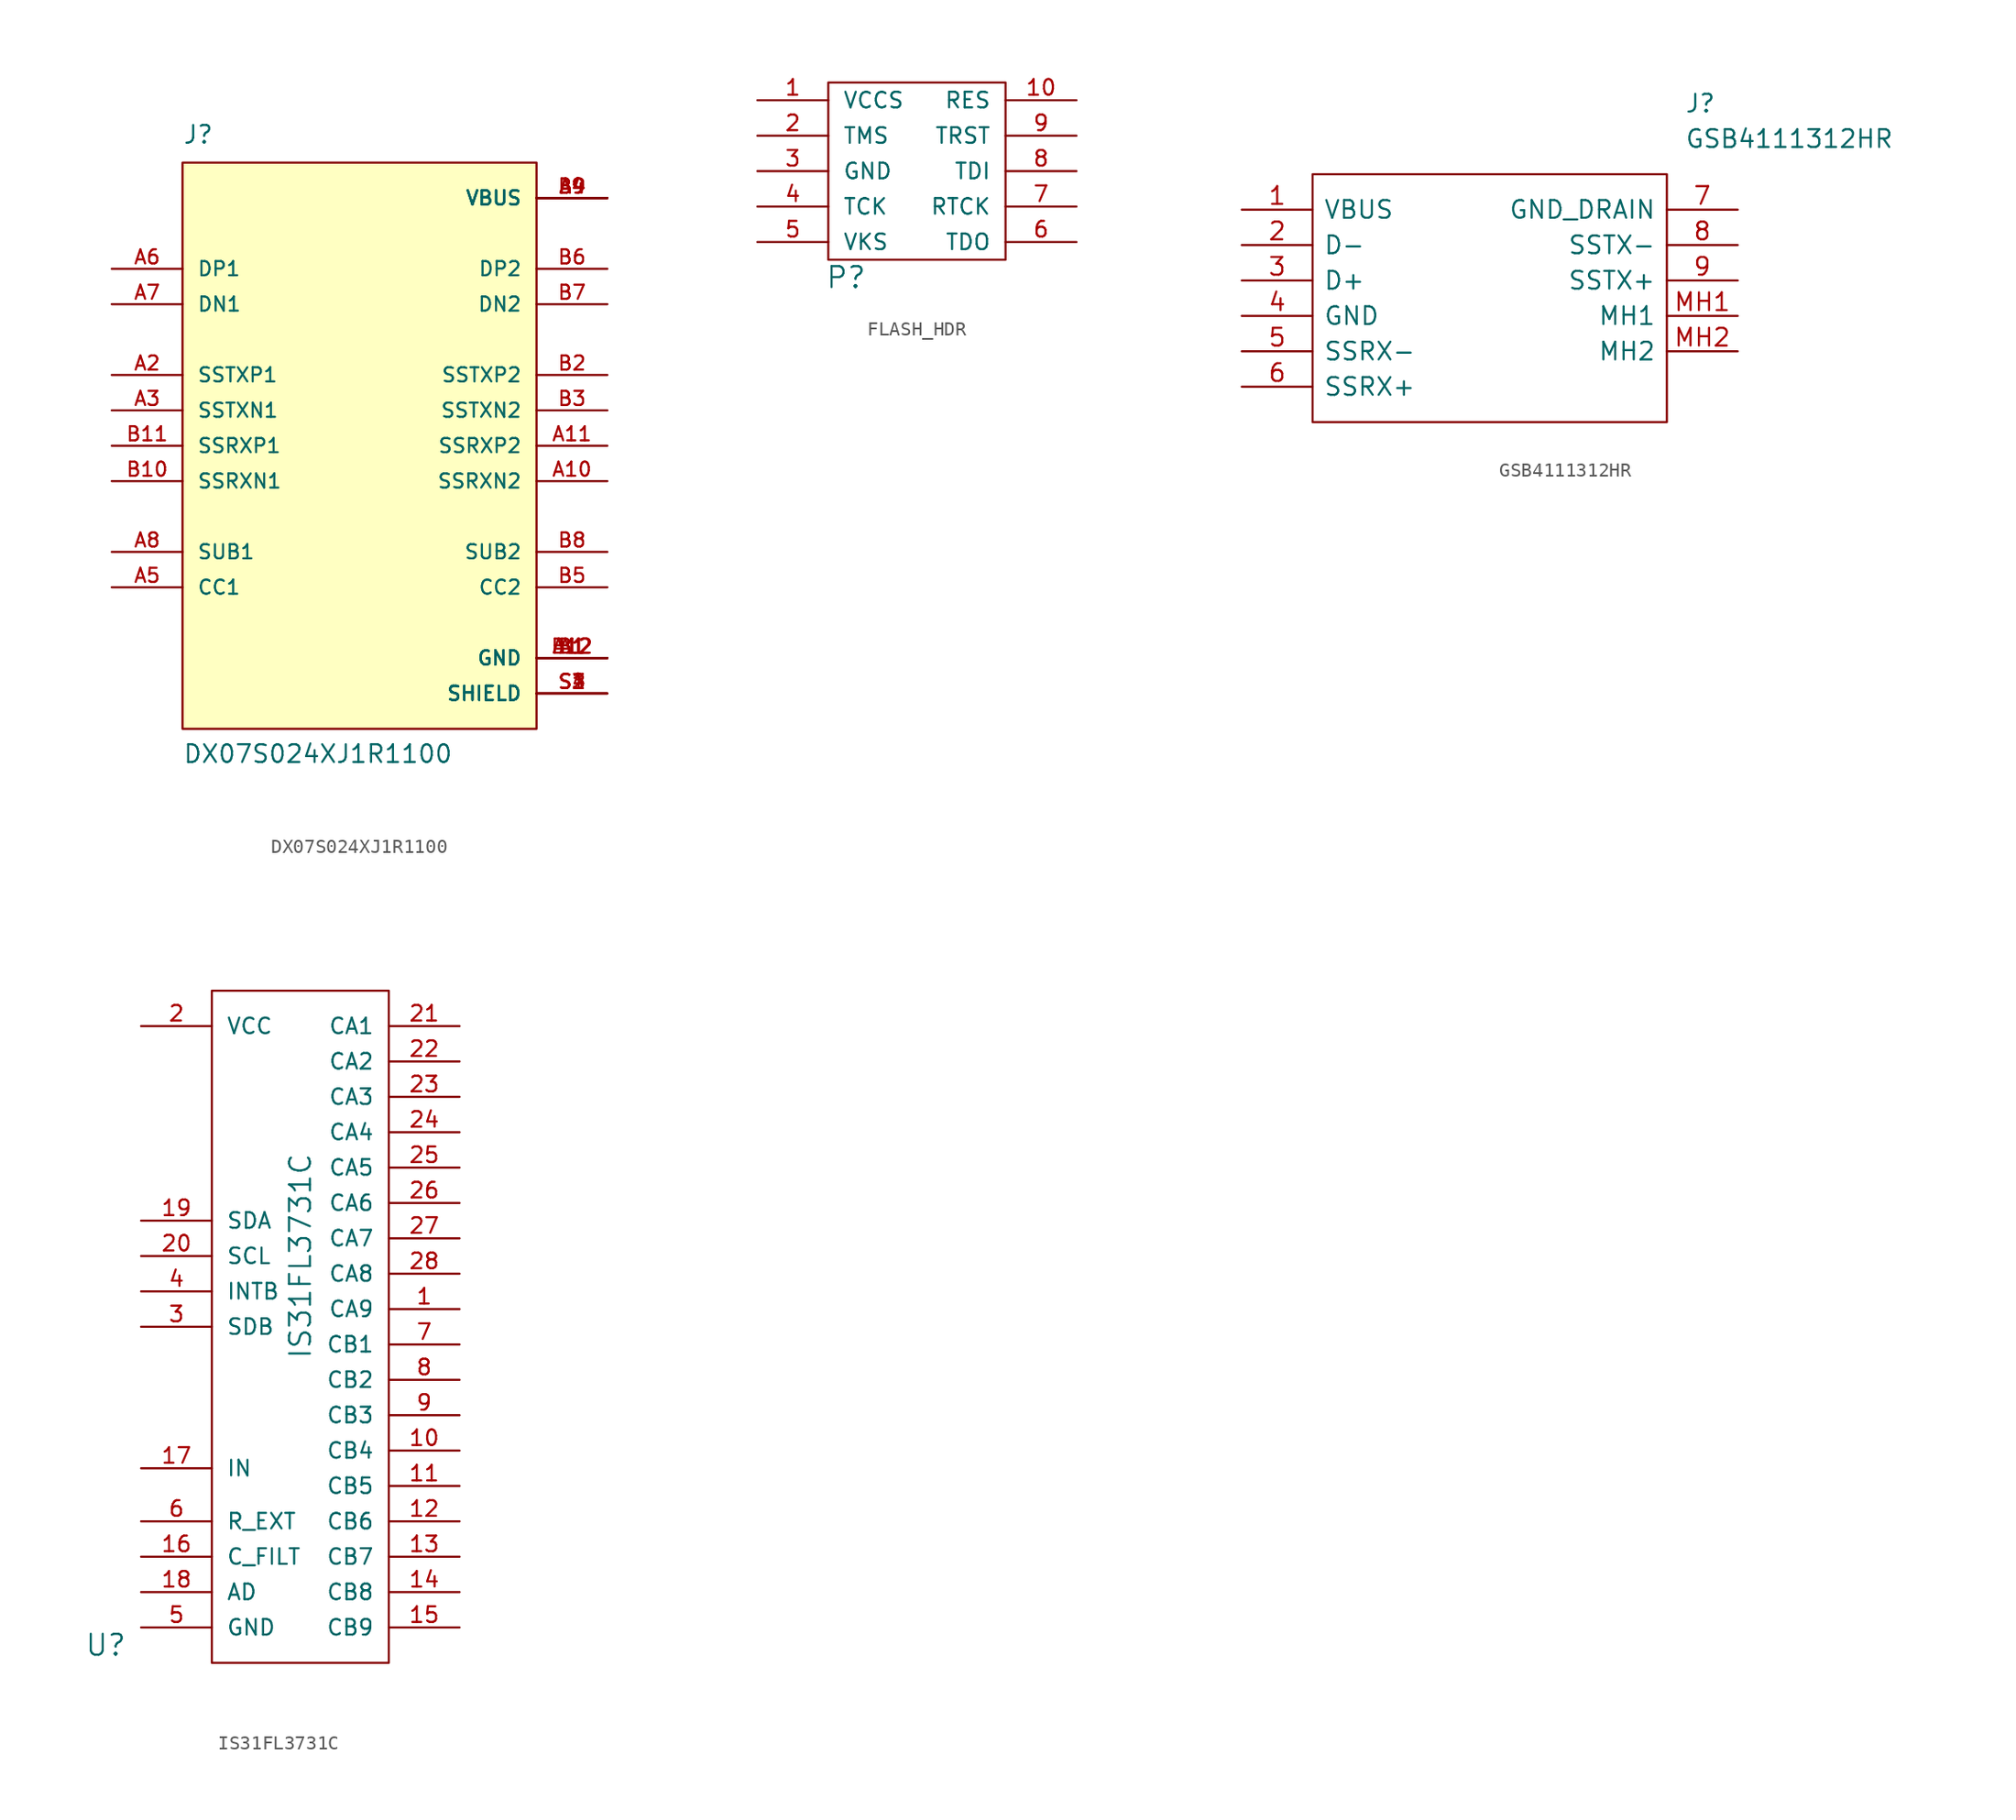
<source format=kicad_sym>
(kicad_symbol_lib
  (version 20201005)
  (generator kicad_symbol_editor)
  (symbol "DX07S024XJ1R1100"
    (pin_names
      (offset 1.016))
    (property "Reference" "J"
      (at -12.7 21.59 0)
      (effects (font (size 1.27 1.27)) (justify left bottom)))
    (property "Value" "DX07S024XJ1R1100"
      (at -12.7 -22.86 0)
      (effects (font (size 1.27 1.27)) (justify left bottom)))
    (property "ki_locked" ""
      (at 0 0 0)
      (effects (font (size 1.27 1.27))))
    (symbol "DX07S024XJ1R1100_0_0"
      (rectangle (start -12.7 -20.32) (end 12.7 20.32) (stroke (width 0.152)) (fill (type background)))
      (pin power_in line (at 17.78 -15.24 180) (length 5.08) (name "GND" (effects (font (size 1.016 1.016)))) (number "A1" (effects (font (size 1.016 1.016)))))
      (pin bidirectional line (at 17.78 -2.54 180) (length 5.08) (name "SSRXN2" (effects (font (size 1.016 1.016)))) (number "A10" (effects (font (size 1.016 1.016)))))
      (pin bidirectional line (at 17.78 0 180) (length 5.08) (name "SSRXP2" (effects (font (size 1.016 1.016)))) (number "A11" (effects (font (size 1.016 1.016)))))
      (pin power_in line (at 17.78 -15.24 180) (length 5.08) (name "GND" (effects (font (size 1.016 1.016)))) (number "A12" (effects (font (size 1.016 1.016)))))
      (pin bidirectional line (at -17.78 5.08 0) (length 5.08) (name "SSTXP1" (effects (font (size 1.016 1.016)))) (number "A2" (effects (font (size 1.016 1.016)))))
      (pin bidirectional line (at -17.78 2.54 0) (length 5.08) (name "SSTXN1" (effects (font (size 1.016 1.016)))) (number "A3" (effects (font (size 1.016 1.016)))))
      (pin power_in line (at 17.78 17.78 180) (length 5.08) (name "VBUS" (effects (font (size 1.016 1.016)))) (number "A4" (effects (font (size 1.016 1.016)))))
      (pin bidirectional line (at -17.78 -10.16 0) (length 5.08) (name "CC1" (effects (font (size 1.016 1.016)))) (number "A5" (effects (font (size 1.016 1.016)))))
      (pin bidirectional line (at -17.78 12.7 0) (length 5.08) (name "DP1" (effects (font (size 1.016 1.016)))) (number "A6" (effects (font (size 1.016 1.016)))))
      (pin bidirectional line (at -17.78 10.16 0) (length 5.08) (name "DN1" (effects (font (size 1.016 1.016)))) (number "A7" (effects (font (size 1.016 1.016)))))
      (pin bidirectional line (at -17.78 -7.62 0) (length 5.08) (name "SUB1" (effects (font (size 1.016 1.016)))) (number "A8" (effects (font (size 1.016 1.016)))))
      (pin power_in line (at 17.78 17.78 180) (length 5.08) (name "VBUS" (effects (font (size 1.016 1.016)))) (number "A9" (effects (font (size 1.016 1.016)))))
      (pin power_in line (at 17.78 -15.24 180) (length 5.08) (name "GND" (effects (font (size 1.016 1.016)))) (number "B1" (effects (font (size 1.016 1.016)))))
      (pin bidirectional line (at -17.78 -2.54 0) (length 5.08) (name "SSRXN1" (effects (font (size 1.016 1.016)))) (number "B10" (effects (font (size 1.016 1.016)))))
      (pin bidirectional line (at -17.78 0 0) (length 5.08) (name "SSRXP1" (effects (font (size 1.016 1.016)))) (number "B11" (effects (font (size 1.016 1.016)))))
      (pin power_in line (at 17.78 -15.24 180) (length 5.08) (name "GND" (effects (font (size 1.016 1.016)))) (number "B12" (effects (font (size 1.016 1.016)))))
      (pin bidirectional line (at 17.78 5.08 180) (length 5.08) (name "SSTXP2" (effects (font (size 1.016 1.016)))) (number "B2" (effects (font (size 1.016 1.016)))))
      (pin bidirectional line (at 17.78 2.54 180) (length 5.08) (name "SSTXN2" (effects (font (size 1.016 1.016)))) (number "B3" (effects (font (size 1.016 1.016)))))
      (pin power_in line (at 17.78 17.78 180) (length 5.08) (name "VBUS" (effects (font (size 1.016 1.016)))) (number "B4" (effects (font (size 1.016 1.016)))))
      (pin bidirectional line (at 17.78 -10.16 180) (length 5.08) (name "CC2" (effects (font (size 1.016 1.016)))) (number "B5" (effects (font (size 1.016 1.016)))))
      (pin bidirectional line (at 17.78 12.7 180) (length 5.08) (name "DP2" (effects (font (size 1.016 1.016)))) (number "B6" (effects (font (size 1.016 1.016)))))
      (pin bidirectional line (at 17.78 10.16 180) (length 5.08) (name "DN2" (effects (font (size 1.016 1.016)))) (number "B7" (effects (font (size 1.016 1.016)))))
      (pin bidirectional line (at 17.78 -7.62 180) (length 5.08) (name "SUB2" (effects (font (size 1.016 1.016)))) (number "B8" (effects (font (size 1.016 1.016)))))
      (pin power_in line (at 17.78 17.78 180) (length 5.08) (name "VBUS" (effects (font (size 1.016 1.016)))) (number "B9" (effects (font (size 1.016 1.016)))))
      (pin passive line (at 17.78 -17.78 180) (length 5.08) (name "SHIELD" (effects (font (size 1.016 1.016)))) (number "S1" (effects (font (size 1.016 1.016)))))
      (pin passive line (at 17.78 -17.78 180) (length 5.08) (name "SHIELD" (effects (font (size 1.016 1.016)))) (number "S2" (effects (font (size 1.016 1.016)))))
      (pin passive line (at 17.78 -17.78 180) (length 5.08) (name "SHIELD" (effects (font (size 1.016 1.016)))) (number "S3" (effects (font (size 1.016 1.016)))))
      (pin passive line (at 17.78 -17.78 180) (length 5.08) (name "SHIELD" (effects (font (size 1.016 1.016)))) (number "S4" (effects (font (size 1.016 1.016)))))))
  (symbol "FLASH_HDR"
    (pin_names
      (offset 1.016))
    (property "Reference" "P"
      (at -5.08 -7.62 0)
      (effects (font (size 1.499 1.499))))
    (property "Footprint" ""
      (at 0 0 0)
      (effects (font (size 1.524 1.524))))
    (property "Datasheet" ""
      (at 0 0 0)
      (effects (font (size 1.524 1.524))))
    (symbol "FLASH_HDR_0_1"
      (rectangle (start -6.35 -6.35) (end 6.35 6.35) (stroke (width 0)) (fill (type none))))
    (symbol "FLASH_HDR_1_1"
      (pin passive line (at -11.43 5.08 0) (length 5.08) (name "VCCS" (effects (font (size 1.118 1.118)))) (number "1" (effects (font (size 1.118 1.118)))))
      (pin passive line (at 11.43 5.08 180) (length 5.08) (name "RES" (effects (font (size 1.118 1.118)))) (number "10" (effects (font (size 1.118 1.118)))))
      (pin passive line (at -11.43 2.54 0) (length 5.08) (name "TMS" (effects (font (size 1.118 1.118)))) (number "2" (effects (font (size 1.118 1.118)))))
      (pin passive line (at -11.43 0 0) (length 5.08) (name "GND" (effects (font (size 1.118 1.118)))) (number "3" (effects (font (size 1.118 1.118)))))
      (pin passive line (at -11.43 -2.54 0) (length 5.08) (name "TCK" (effects (font (size 1.118 1.118)))) (number "4" (effects (font (size 1.118 1.118)))))
      (pin passive line (at -11.43 -5.08 0) (length 5.08) (name "VKS" (effects (font (size 1.118 1.118)))) (number "5" (effects (font (size 1.118 1.118)))))
      (pin passive line (at 11.43 -5.08 180) (length 5.08) (name "TDO" (effects (font (size 1.118 1.118)))) (number "6" (effects (font (size 1.118 1.118)))))
      (pin passive line (at 11.43 -2.54 180) (length 5.08) (name "RTCK" (effects (font (size 1.118 1.118)))) (number "7" (effects (font (size 1.118 1.118)))))
      (pin passive line (at 11.43 0 180) (length 5.08) (name "TDI" (effects (font (size 1.118 1.118)))) (number "8" (effects (font (size 1.118 1.118)))))
      (pin passive line (at 11.43 2.54 180) (length 5.08) (name "TRST" (effects (font (size 1.118 1.118)))) (number "9" (effects (font (size 1.118 1.118)))))))
  (symbol "GSB4111312HR"
    (pin_names
      (offset 0.762))
    (property "Reference" "J"
      (at 31.75 7.62 0)
      (effects (font (size 1.27 1.27)) (justify left)))
    (property "Value" "GSB4111312HR"
      (at 31.75 5.08 0)
      (effects (font (size 1.27 1.27)) (justify left)))
    (symbol "GSB4111312HR_0_0"
      (pin passive line (at 0 0 0) (length 5.08) (name "VBUS" (effects (font (size 1.27 1.27)))) (number "1" (effects (font (size 1.27 1.27)))))
      (pin passive line (at 0 -2.54 0) (length 5.08) (name "D-" (effects (font (size 1.27 1.27)))) (number "2" (effects (font (size 1.27 1.27)))))
      (pin passive line (at 0 -5.08 0) (length 5.08) (name "D+" (effects (font (size 1.27 1.27)))) (number "3" (effects (font (size 1.27 1.27)))))
      (pin passive line (at 0 -7.62 0) (length 5.08) (name "GND" (effects (font (size 1.27 1.27)))) (number "4" (effects (font (size 1.27 1.27)))))
      (pin passive line (at 0 -10.16 0) (length 5.08) (name "SSRX-" (effects (font (size 1.27 1.27)))) (number "5" (effects (font (size 1.27 1.27)))))
      (pin passive line (at 0 -12.7 0) (length 5.08) (name "SSRX+" (effects (font (size 1.27 1.27)))) (number "6" (effects (font (size 1.27 1.27)))))
      (pin passive line (at 35.56 0 180) (length 5.08) (name "GND_DRAIN" (effects (font (size 1.27 1.27)))) (number "7" (effects (font (size 1.27 1.27)))))
      (pin passive line (at 35.56 -2.54 180) (length 5.08) (name "SSTX-" (effects (font (size 1.27 1.27)))) (number "8" (effects (font (size 1.27 1.27)))))
      (pin passive line (at 35.56 -5.08 180) (length 5.08) (name "SSTX+" (effects (font (size 1.27 1.27)))) (number "9" (effects (font (size 1.27 1.27)))))
      (pin passive line (at 35.56 -7.62 180) (length 5.08) (name "MH1" (effects (font (size 1.27 1.27)))) (number "MH1" (effects (font (size 1.27 1.27)))))
      (pin passive line (at 35.56 -10.16 180) (length 5.08) (name "MH2" (effects (font (size 1.27 1.27)))) (number "MH2" (effects (font (size 1.27 1.27))))))
    (symbol "GSB4111312HR_0_1"
      (polyline (pts (xy 5.08 2.54) (xy 30.48 2.54) (xy 30.48 -15.24) (xy 5.08 -15.24) (xy 5.08 2.54)) (stroke (width 0.152)) (fill (type none)))))
  (symbol "IS31FL3731C"
    (pin_names
      (offset 1.016))
    (property "Reference" "U"
      (at -13.97 -27.94 0)
      (effects (font (size 1.499 1.499))))
    (property "Value" "IS31FL3731C"
      (at 0 0 90)
      (effects (font (size 1.499 1.499))))
    (property "Footprint" ""
      (at 0 0 0)
      (effects (font (size 1.524 1.524))))
    (property "Datasheet" ""
      (at 0 0 0)
      (effects (font (size 1.524 1.524))))
    (symbol "IS31FL3731C_0_1"
      (rectangle (start -6.35 -29.21) (end 6.35 19.05) (stroke (width 0)) (fill (type none))))
    (symbol "IS31FL3731C_1_1"
      (pin passive line (at 11.43 -3.81 180) (length 5.08) (name "CA9" (effects (font (size 1.118 1.118)))) (number "1" (effects (font (size 1.118 1.118)))))
      (pin passive line (at 11.43 -13.97 180) (length 5.08) (name "CB4" (effects (font (size 1.118 1.118)))) (number "10" (effects (font (size 1.118 1.118)))))
      (pin passive line (at 11.43 -16.51 180) (length 5.08) (name "CB5" (effects (font (size 1.118 1.118)))) (number "11" (effects (font (size 1.118 1.118)))))
      (pin passive line (at 11.43 -19.05 180) (length 5.08) (name "CB6" (effects (font (size 1.118 1.118)))) (number "12" (effects (font (size 1.118 1.118)))))
      (pin passive line (at 11.43 -21.59 180) (length 5.08) (name "CB7" (effects (font (size 1.118 1.118)))) (number "13" (effects (font (size 1.118 1.118)))))
      (pin passive line (at 11.43 -24.13 180) (length 5.08) (name "CB8" (effects (font (size 1.118 1.118)))) (number "14" (effects (font (size 1.118 1.118)))))
      (pin passive line (at 11.43 -26.67 180) (length 5.08) (name "CB9" (effects (font (size 1.118 1.118)))) (number "15" (effects (font (size 1.118 1.118)))))
      (pin passive line (at -11.43 -21.59 0) (length 5.08) (name "C_FILT" (effects (font (size 1.118 1.118)))) (number "16" (effects (font (size 1.118 1.118)))))
      (pin passive line (at -11.43 -15.24 0) (length 5.08) (name "IN" (effects (font (size 1.118 1.118)))) (number "17" (effects (font (size 1.118 1.118)))))
      (pin passive line (at -11.43 -24.13 0) (length 5.08) (name "AD" (effects (font (size 1.118 1.118)))) (number "18" (effects (font (size 1.118 1.118)))))
      (pin passive line (at -11.43 2.54 0) (length 5.08) (name "SDA" (effects (font (size 1.118 1.118)))) (number "19" (effects (font (size 1.118 1.118)))))
      (pin passive line (at -11.43 16.51 0) (length 5.08) (name "VCC" (effects (font (size 1.118 1.118)))) (number "2" (effects (font (size 1.118 1.118)))))
      (pin passive line (at -11.43 0 0) (length 5.08) (name "SCL" (effects (font (size 1.118 1.118)))) (number "20" (effects (font (size 1.118 1.118)))))
      (pin passive line (at 11.43 16.51 180) (length 5.08) (name "CA1" (effects (font (size 1.118 1.118)))) (number "21" (effects (font (size 1.118 1.118)))))
      (pin passive line (at 11.43 13.97 180) (length 5.08) (name "CA2" (effects (font (size 1.118 1.118)))) (number "22" (effects (font (size 1.118 1.118)))))
      (pin passive line (at 11.43 11.43 180) (length 5.08) (name "CA3" (effects (font (size 1.118 1.118)))) (number "23" (effects (font (size 1.118 1.118)))))
      (pin passive line (at 11.43 8.89 180) (length 5.08) (name "CA4" (effects (font (size 1.118 1.118)))) (number "24" (effects (font (size 1.118 1.118)))))
      (pin passive line (at 11.43 6.35 180) (length 5.08) (name "CA5" (effects (font (size 1.118 1.118)))) (number "25" (effects (font (size 1.118 1.118)))))
      (pin passive line (at 11.43 3.81 180) (length 5.08) (name "CA6" (effects (font (size 1.118 1.118)))) (number "26" (effects (font (size 1.118 1.118)))))
      (pin passive line (at 11.43 1.27 180) (length 5.08) (name "CA7" (effects (font (size 1.118 1.118)))) (number "27" (effects (font (size 1.118 1.118)))))
      (pin passive line (at 11.43 -1.27 180) (length 5.08) (name "CA8" (effects (font (size 1.118 1.118)))) (number "28" (effects (font (size 1.118 1.118)))))
      (pin passive line (at -11.43 -5.08 0) (length 5.08) (name "SDB" (effects (font (size 1.118 1.118)))) (number "3" (effects (font (size 1.118 1.118)))))
      (pin passive line (at -11.43 -2.54 0) (length 5.08) (name "INTB" (effects (font (size 1.118 1.118)))) (number "4" (effects (font (size 1.118 1.118)))))
      (pin passive line (at -11.43 -26.67 0) (length 5.08) (name "GND" (effects (font (size 1.118 1.118)))) (number "5" (effects (font (size 1.118 1.118)))))
      (pin passive line (at -11.43 -19.05 0) (length 5.08) (name "R_EXT" (effects (font (size 1.118 1.118)))) (number "6" (effects (font (size 1.118 1.118)))))
      (pin passive line (at 11.43 -6.35 180) (length 5.08) (name "CB1" (effects (font (size 1.118 1.118)))) (number "7" (effects (font (size 1.118 1.118)))))
      (pin passive line (at 11.43 -8.89 180) (length 5.08) (name "CB2" (effects (font (size 1.118 1.118)))) (number "8" (effects (font (size 1.118 1.118)))))
      (pin passive line (at 11.43 -11.43 180) (length 5.08) (name "CB3" (effects (font (size 1.118 1.118)))) (number "9" (effects (font (size 1.118 1.118))))))))
</source>
